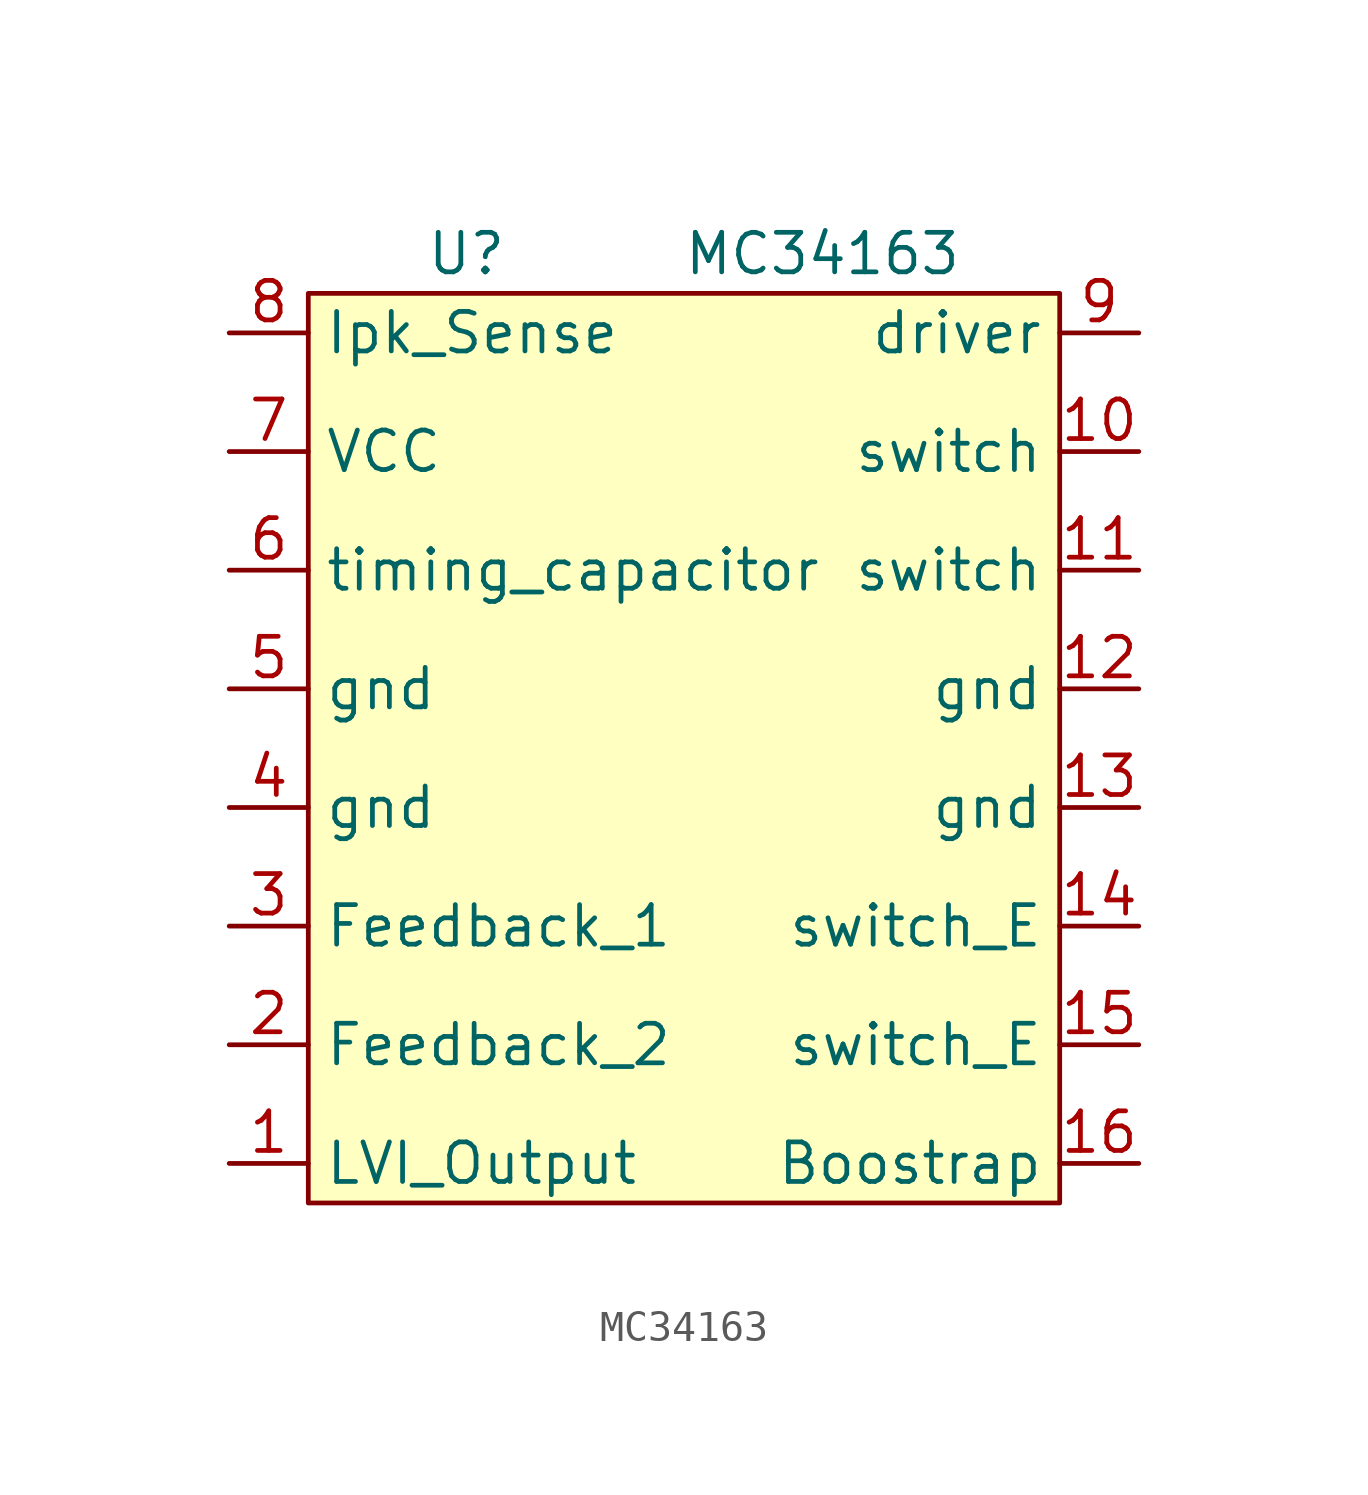
<source format=kicad_sym>
(kicad_symbol_lib
  (version 20220914)
  (generator kicad_symbol_editor)
  (symbol "MC34163"
    (property "Reference" "U"
      (at 22.86 20.32 0)
      (effects (font (size 1.27 1.27))))
    (property "Value" "MC34163"
      (at 34.29 20.32 0)
      (effects (font (size 1.27 1.27))))
    (symbol "MC34163_0_1"
      (rectangle (start 17.78 -10.16) (end 41.91 19.05) (stroke (width 0) (type default)) (fill (type background))))
    (symbol "MC34163_1_1"
      (pin output line (at 15.24 -8.89 0) (length 2.54) (name "LVI_Output" (effects (font (size 1.27 1.27)))) (number "1" (effects (font (size 1.27 1.27)))))
      (pin input line (at 44.45 13.97 180) (length 2.54) (name "switch" (effects (font (size 1.27 1.27)))) (number "10" (effects (font (size 1.27 1.27)))))
      (pin input line (at 44.45 10.16 180) (length 2.54) (name "switch" (effects (font (size 1.27 1.27)))) (number "11" (effects (font (size 1.27 1.27)))))
      (pin input line (at 44.45 6.35 180) (length 2.54) (name "gnd" (effects (font (size 1.27 1.27)))) (number "12" (effects (font (size 1.27 1.27)))))
      (pin input line (at 44.45 2.54 180) (length 2.54) (name "gnd" (effects (font (size 1.27 1.27)))) (number "13" (effects (font (size 1.27 1.27)))))
      (pin power_in line (at 44.45 -1.27 180) (length 2.54) (name "switch_E" (effects (font (size 1.27 1.27)))) (number "14" (effects (font (size 1.27 1.27)))))
      (pin power_in line (at 44.45 -5.08 180) (length 2.54) (name "switch_E" (effects (font (size 1.27 1.27)))) (number "15" (effects (font (size 1.27 1.27)))))
      (pin input line (at 44.45 -8.89 180) (length 2.54) (name "Boostrap" (effects (font (size 1.27 1.27)))) (number "16" (effects (font (size 1.27 1.27)))))
      (pin input line (at 15.24 -5.08 0) (length 2.54) (name "Feedback_2" (effects (font (size 1.27 1.27)))) (number "2" (effects (font (size 1.27 1.27)))))
      (pin input line (at 15.24 -1.27 0) (length 2.54) (name "Feedback_1" (effects (font (size 1.27 1.27)))) (number "3" (effects (font (size 1.27 1.27)))))
      (pin input line (at 15.24 2.54 0) (length 2.54) (name "gnd" (effects (font (size 1.27 1.27)))) (number "4" (effects (font (size 1.27 1.27)))))
      (pin input line (at 15.24 6.35 0) (length 2.54) (name "gnd" (effects (font (size 1.27 1.27)))) (number "5" (effects (font (size 1.27 1.27)))))
      (pin input line (at 15.24 10.16 0) (length 2.54) (name "timing_capacitor" (effects (font (size 1.27 1.27)))) (number "6" (effects (font (size 1.27 1.27)))))
      (pin input line (at 15.24 13.97 0) (length 2.54) (name "VCC" (effects (font (size 1.27 1.27)))) (number "7" (effects (font (size 1.27 1.27)))))
      (pin input line (at 15.24 17.78 0) (length 2.54) (name "Ipk_Sense" (effects (font (size 1.27 1.27)))) (number "8" (effects (font (size 1.27 1.27)))))
      (pin input line (at 44.45 17.78 180) (length 2.54) (name "driver" (effects (font (size 1.27 1.27)))) (number "9" (effects (font (size 1.27 1.27))))))))
</source>
